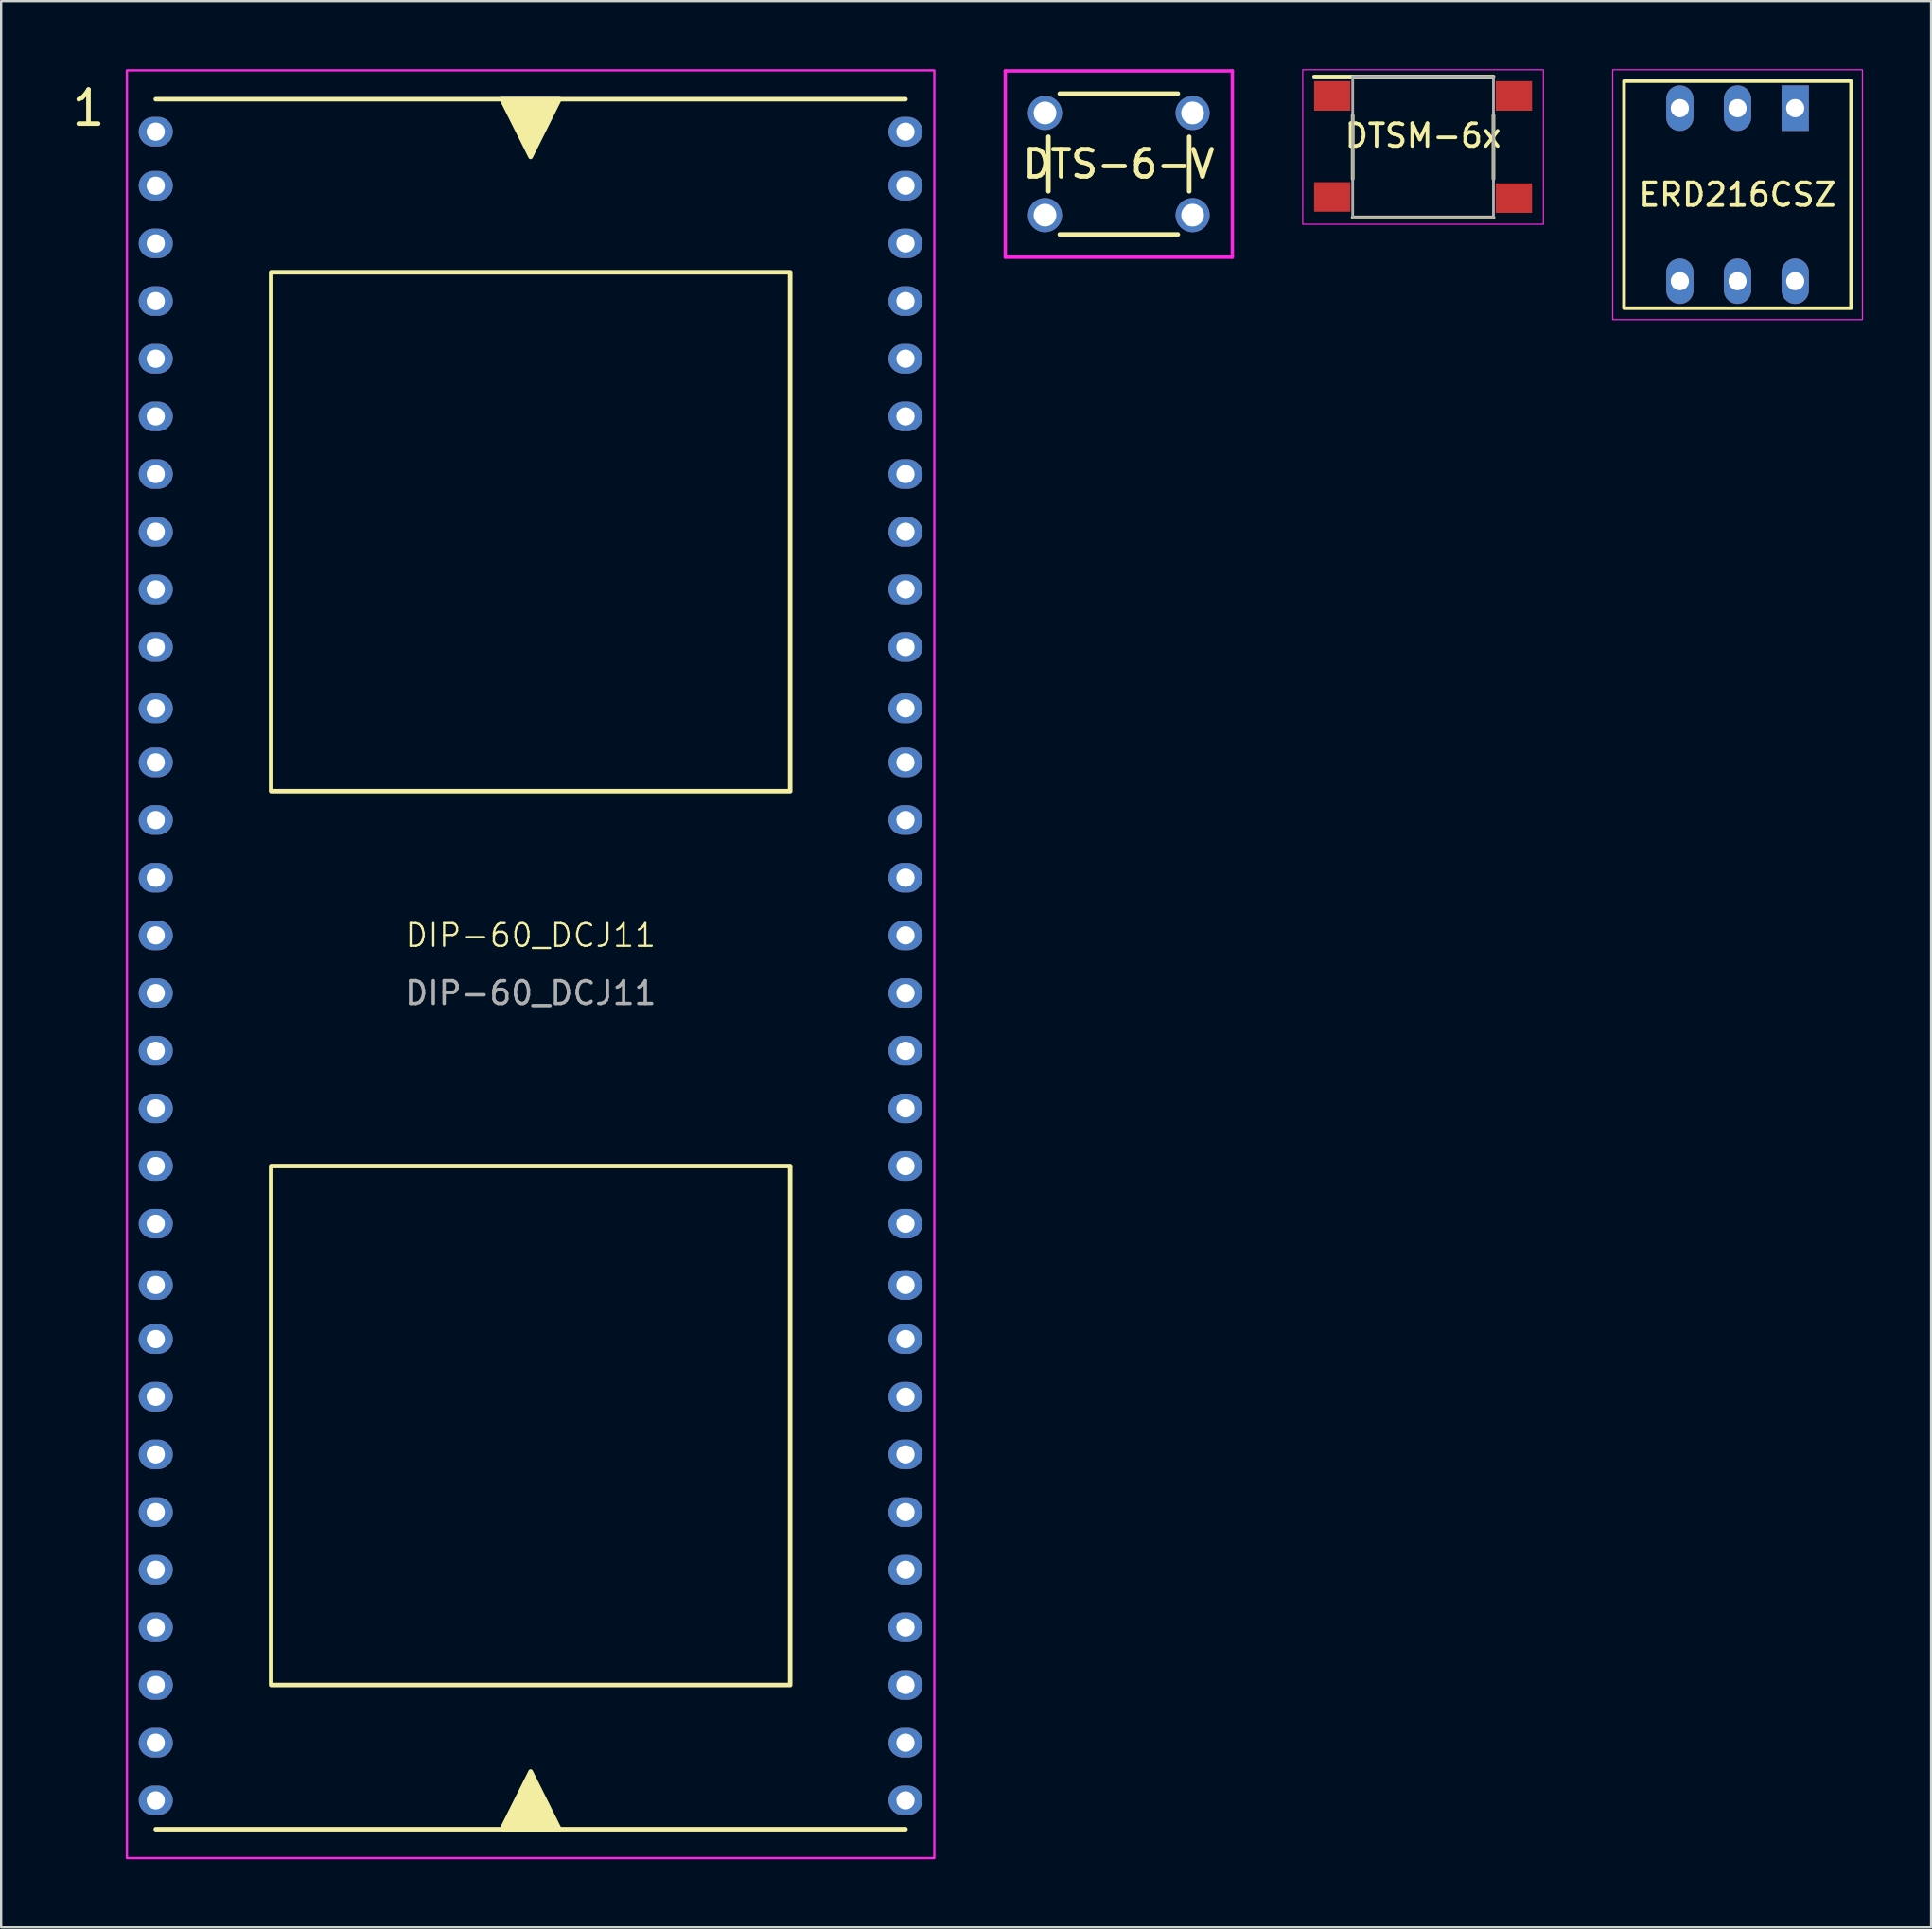
<source format=kicad_pcb>
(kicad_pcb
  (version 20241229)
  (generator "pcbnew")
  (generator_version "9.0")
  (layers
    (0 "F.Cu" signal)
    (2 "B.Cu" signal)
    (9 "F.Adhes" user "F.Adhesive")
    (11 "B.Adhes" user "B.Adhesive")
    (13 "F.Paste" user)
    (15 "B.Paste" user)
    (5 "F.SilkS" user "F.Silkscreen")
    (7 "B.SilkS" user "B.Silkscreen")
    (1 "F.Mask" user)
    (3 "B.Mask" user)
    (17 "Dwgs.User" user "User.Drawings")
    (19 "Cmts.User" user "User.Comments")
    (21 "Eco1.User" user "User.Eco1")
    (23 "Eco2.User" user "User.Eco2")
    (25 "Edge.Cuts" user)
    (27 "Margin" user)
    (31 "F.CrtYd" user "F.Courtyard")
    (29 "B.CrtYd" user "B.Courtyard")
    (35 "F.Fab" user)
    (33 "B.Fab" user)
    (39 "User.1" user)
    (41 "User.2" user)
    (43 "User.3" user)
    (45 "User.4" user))
  (footprint "DTS-6-V"
    (layer "F.Cu")
    (at 46.225 4.175)
    (property "Reference" "DTS-6-V" (at 0 0 0) (layer "F.SilkS") (effects (font (size 1.2 1.2) (thickness 0.2))))
    (attr through_hole)
    (fp_line (start -3.1 1.2) (end -3.1 -1.2) (stroke (width 0.2) (type solid)) (layer "F.SilkS"))
    (fp_line (start -2.6 -3.1) (end 2.6 -3.1) (stroke (width 0.2) (type solid)) (layer "F.SilkS"))
    (fp_line (start 2.6 3.1) (end -2.6 3.1) (stroke (width 0.2) (type solid)) (layer "F.SilkS"))
    (fp_line (start 3.1 -1.2) (end 3.1 1.2) (stroke (width 0.2) (type solid)) (layer "F.SilkS"))
    (fp_line (start -5 -4.1) (end 5 -4.1) (stroke (width 0.15) (type solid)) (layer "F.CrtYd"))
    (fp_line (start -5 4.1) (end -5 -4.1) (stroke (width 0.15) (type solid)) (layer "F.CrtYd"))
    (fp_line (start -5 4.1) (end 5 4.1) (stroke (width 0.15) (type solid)) (layer "F.CrtYd"))
    (fp_line (start 5 4.1) (end 5 -4.1) (stroke (width 0.15) (type solid)) (layer "F.CrtYd"))
    (pad "1" thru_hole circle (at -3.25 -2.25) (size 1.5 1.5) (drill 1) (layers "*.Cu" "*.Mask"))
    (pad "2" thru_hole circle (at 3.25 -2.25) (size 1.5 1.5) (drill 1) (layers "*.Cu" "*.Mask"))
    (pad "3" thru_hole circle (at -3.25 2.25) (size 1.5 1.5) (drill 1) (layers "*.Cu" "*.Mask"))
    (pad "4" thru_hole circle (at 3.25 2.25) (size 1.5 1.5) (drill 1) (layers "*.Cu" "*.Mask")))
  (footprint "ERD216CSZ"
    (layer "F.Cu")
    (at 73.475 5.525)
    (property "Reference" "ERD216CSZ" (at 0 0 0) (unlocked yes) (layer "F.SilkS") (effects (font (size 1 1) (thickness 0.16))))
    (attr through_hole)
    (fp_rect (start -5 -5) (end 5 5) (stroke (width 0.16) (type solid)) (fill no) (layer "F.SilkS"))
    (fp_rect (start -5.5 -5.5) (end 5.5 5.5) (stroke (width 0.05) (type default)) (fill no) (layer "F.CrtYd"))
    (pad "1" thru_hole rect (at 2.54 -3.81) (size 1.2 2) (drill 0.8) (layers "*.Cu" "*.Mask"))
    (pad "2" thru_hole oval (at 0 -3.81) (size 1.2 2) (drill 0.8) (layers "*.Cu" "*.Mask"))
    (pad "3" thru_hole oval (at -2.54 -3.81) (size 1.2 2) (drill 0.8) (layers "*.Cu" "*.Mask"))
    (pad "4" thru_hole oval (at -2.54 3.81) (size 1.2 2) (drill 0.8) (layers "*.Cu" "*.Mask"))
    (pad "5" thru_hole oval (at 0 3.81) (size 1.2 2) (drill 0.8) (layers "*.Cu" "*.Mask"))
    (pad "6" thru_hole oval (at 2.54 3.81) (size 1.2 2) (drill 0.8) (layers "*.Cu" "*.Mask")))
  (footprint "DIP-60_DCJ11"
    (layer "F.Cu")
    (at 20.32 38.15)
    (property "Reference" "DIP-60_DCJ11" (at 0 0 0) (unlocked yes) (layer "F.SilkS") (effects (font (size 1 1) (thickness 0.1))))
    (attr through_hole)
    (fp_rect (start -16.51 -36.83) (end 16.51 -36.83) (stroke (width 0.2) (type default)) (fill no) (layer "F.SilkS"))
    (fp_rect (start -16.51 39.37) (end 16.51 39.37) (stroke (width 0.2) (type default)) (fill no) (layer "F.SilkS"))
    (fp_rect (start -11.43 -29.21) (end 11.43 -6.35) (stroke (width 0.2) (type default)) (fill no) (layer "F.SilkS"))
    (fp_rect (start -11.43 10.16) (end 11.43 33.02) (stroke (width 0.2) (type default)) (fill no) (layer "F.SilkS"))
    (fp_poly (pts (xy -1.27 39.37) (xy 0 36.83) (xy 1.27 39.37)) (stroke (width 0.2) (type solid)) (fill yes) (layer "F.SilkS"))
    (fp_poly (pts (xy 1.27 -36.83) (xy 0 -34.29) (xy -1.27 -36.83)) (stroke (width 0.2) (type solid)) (fill yes) (layer "F.SilkS"))
    (fp_rect (start -17.78 -38.1) (end 17.78 40.64) (stroke (width 0.1) (type default)) (fill no) (layer "F.CrtYd"))
    (fp_text user "1" (at -20.32 -35.56 0) (unlocked yes) (layer "F.SilkS") (effects (font (size 1.5 1.5) (thickness 0.2)) (justify left bottom)))
    (fp_text user "${REFERENCE}" (at 0 2.54 0) (unlocked yes) (layer "F.Fab") (effects (font (size 1 1) (thickness 0.15))))
    (pad "1" thru_hole oval (at -16.51 -35.4) (size 1.5 1.3) (drill 0.8) (layers "*.Cu" "*.Mask"))
    (pad "2" thru_hole oval (at -16.51 -33.02) (size 1.5 1.3) (drill 0.8) (layers "*.Cu" "*.Mask"))
    (pad "3" thru_hole oval (at -16.51 -30.48) (size 1.5 1.3) (drill 0.8) (layers "*.Cu" "*.Mask"))
    (pad "4" thru_hole oval (at -16.51 -27.94) (size 1.5 1.3) (drill 0.8) (layers "*.Cu" "*.Mask"))
    (pad "5" thru_hole oval (at -16.51 -25.4) (size 1.5 1.3) (drill 0.8) (layers "*.Cu" "*.Mask"))
    (pad "6" thru_hole oval (at -16.51 -22.86) (size 1.5 1.3) (drill 0.8) (layers "*.Cu" "*.Mask"))
    (pad "7" thru_hole oval (at -16.51 -20.32) (size 1.5 1.3) (drill 0.8) (layers "*.Cu" "*.Mask"))
    (pad "8" thru_hole oval (at -16.51 -17.78) (size 1.5 1.3) (drill 0.8) (layers "*.Cu" "*.Mask"))
    (pad "9" thru_hole oval (at -16.51 -15.24) (size 1.5 1.3) (drill 0.8) (layers "*.Cu" "*.Mask"))
    (pad "10" thru_hole oval (at -16.51 -12.7) (size 1.5 1.3) (drill 0.8) (layers "*.Cu" "*.Mask"))
    (pad "11" thru_hole oval (at -16.51 -10) (size 1.5 1.3) (drill 0.8) (layers "*.Cu" "*.Mask"))
    (pad "12" thru_hole oval (at -16.51 -7.62) (size 1.5 1.3) (drill 0.8) (layers "*.Cu" "*.Mask"))
    (pad "13" thru_hole oval (at -16.51 -5.08) (size 1.5 1.3) (drill 0.8) (layers "*.Cu" "*.Mask"))
    (pad "14" thru_hole oval (at -16.51 -2.54) (size 1.5 1.3) (drill 0.8) (layers "*.Cu" "*.Mask"))
    (pad "15" thru_hole oval (at -16.51 0) (size 1.5 1.3) (drill 0.8) (layers "*.Cu" "*.Mask"))
    (pad "16" thru_hole oval (at -16.51 2.54) (size 1.5 1.3) (drill 0.8) (layers "*.Cu" "*.Mask"))
    (pad "17" thru_hole oval (at -16.51 5.08) (size 1.5 1.3) (drill 0.8) (layers "*.Cu" "*.Mask"))
    (pad "18" thru_hole oval (at -16.51 7.62) (size 1.5 1.3) (drill 0.8) (layers "*.Cu" "*.Mask"))
    (pad "19" thru_hole oval (at -16.51 10.16) (size 1.5 1.3) (drill 0.8) (layers "*.Cu" "*.Mask"))
    (pad "20" thru_hole oval (at -16.51 12.7) (size 1.5 1.3) (drill 0.8) (layers "*.Cu" "*.Mask"))
    (pad "21" thru_hole oval (at -16.51 15.4) (size 1.5 1.3) (drill 0.8) (layers "*.Cu" "*.Mask"))
    (pad "22" thru_hole oval (at -16.51 17.78) (size 1.5 1.3) (drill 0.8) (layers "*.Cu" "*.Mask"))
    (pad "23" thru_hole oval (at -16.51 20.32) (size 1.5 1.3) (drill 0.8) (layers "*.Cu" "*.Mask"))
    (pad "24" thru_hole oval (at -16.51 22.86) (size 1.5 1.3) (drill 0.8) (layers "*.Cu" "*.Mask"))
    (pad "25" thru_hole oval (at -16.51 25.4) (size 1.5 1.3) (drill 0.8) (layers "*.Cu" "*.Mask"))
    (pad "26" thru_hole oval (at -16.51 27.94) (size 1.5 1.3) (drill 0.8) (layers "*.Cu" "*.Mask"))
    (pad "27" thru_hole oval (at -16.51 30.48) (size 1.5 1.3) (drill 0.8) (layers "*.Cu" "*.Mask"))
    (pad "28" thru_hole oval (at -16.51 33.02) (size 1.5 1.3) (drill 0.8) (layers "*.Cu" "*.Mask"))
    (pad "29" thru_hole oval (at -16.51 35.56) (size 1.5 1.3) (drill 0.8) (layers "*.Cu" "*.Mask"))
    (pad "30" thru_hole oval (at -16.51 38.1) (size 1.5 1.3) (drill 0.8) (layers "*.Cu" "*.Mask"))
    (pad "31" thru_hole oval (at 16.51 38.1) (size 1.5 1.3) (drill 0.8) (layers "*.Cu" "*.Mask"))
    (pad "32" thru_hole oval (at 16.51 35.56) (size 1.5 1.3) (drill 0.8) (layers "*.Cu" "*.Mask"))
    (pad "33" thru_hole oval (at 16.51 33.02) (size 1.5 1.3) (drill 0.8) (layers "*.Cu" "*.Mask"))
    (pad "34" thru_hole oval (at 16.51 30.48) (size 1.5 1.3) (drill 0.8) (layers "*.Cu" "*.Mask"))
    (pad "35" thru_hole oval (at 16.51 27.94) (size 1.5 1.3) (drill 0.8) (layers "*.Cu" "*.Mask"))
    (pad "36" thru_hole oval (at 16.51 25.4) (size 1.5 1.3) (drill 0.8) (layers "*.Cu" "*.Mask"))
    (pad "37" thru_hole oval (at 16.51 22.86) (size 1.5 1.3) (drill 0.8) (layers "*.Cu" "*.Mask"))
    (pad "38" thru_hole oval (at 16.51 20.32) (size 1.5 1.3) (drill 0.8) (layers "*.Cu" "*.Mask"))
    (pad "39" thru_hole oval (at 16.51 17.78) (size 1.5 1.3) (drill 0.8) (layers "*.Cu" "*.Mask"))
    (pad "40" thru_hole oval (at 16.51 15.4) (size 1.5 1.3) (drill 0.8) (layers "*.Cu" "*.Mask"))
    (pad "41" thru_hole oval (at 16.51 12.7) (size 1.5 1.3) (drill 0.8) (layers "*.Cu" "*.Mask"))
    (pad "42" thru_hole oval (at 16.51 10.16) (size 1.5 1.3) (drill 0.8) (layers "*.Cu" "*.Mask"))
    (pad "43" thru_hole oval (at 16.51 7.62) (size 1.5 1.3) (drill 0.8) (layers "*.Cu" "*.Mask"))
    (pad "44" thru_hole oval (at 16.51 5.08) (size 1.5 1.3) (drill 0.8) (layers "*.Cu" "*.Mask"))
    (pad "45" thru_hole oval (at 16.51 2.54) (size 1.5 1.3) (drill 0.8) (layers "*.Cu" "*.Mask"))
    (pad "46" thru_hole oval (at 16.51 0) (size 1.5 1.3) (drill 0.8) (layers "*.Cu" "*.Mask"))
    (pad "47" thru_hole oval (at 16.51 -2.54) (size 1.5 1.3) (drill 0.8) (layers "*.Cu" "*.Mask"))
    (pad "48" thru_hole oval (at 16.51 -5.08) (size 1.5 1.3) (drill 0.8) (layers "*.Cu" "*.Mask"))
    (pad "49" thru_hole oval (at 16.51 -7.62) (size 1.5 1.3) (drill 0.8) (layers "*.Cu" "*.Mask"))
    (pad "50" thru_hole oval (at 16.51 -10) (size 1.5 1.3) (drill 0.8) (layers "*.Cu" "*.Mask"))
    (pad "51" thru_hole oval (at 16.51 -12.7) (size 1.5 1.3) (drill 0.8) (layers "*.Cu" "*.Mask"))
    (pad "52" thru_hole oval (at 16.51 -15.24) (size 1.5 1.3) (drill 0.8) (layers "*.Cu" "*.Mask"))
    (pad "53" thru_hole oval (at 16.51 -17.78) (size 1.5 1.3) (drill 0.8) (layers "*.Cu" "*.Mask"))
    (pad "54" thru_hole oval (at 16.51 -20.32) (size 1.5 1.3) (drill 0.8) (layers "*.Cu" "*.Mask"))
    (pad "55" thru_hole oval (at 16.51 -22.86) (size 1.5 1.3) (drill 0.8) (layers "*.Cu" "*.Mask"))
    (pad "56" thru_hole oval (at 16.51 -25.4) (size 1.5 1.3) (drill 0.8) (layers "*.Cu" "*.Mask"))
    (pad "57" thru_hole oval (at 16.51 -27.94) (size 1.5 1.3) (drill 0.8) (layers "*.Cu" "*.Mask"))
    (pad "58" thru_hole oval (at 16.51 -30.48) (size 1.5 1.3) (drill 0.8) (layers "*.Cu" "*.Mask"))
    (pad "59" thru_hole oval (at 16.51 -33.02) (size 1.5 1.3) (drill 0.8) (layers "*.Cu" "*.Mask"))
    (pad "60" thru_hole oval (at 16.51 -35.4) (size 1.5 1.3) (drill 0.8) (layers "*.Cu" "*.Mask")))
  (footprint "DTSM-6x"
    (layer "F.Cu")
    (at 59.625 3.425)
    (property "Reference" "DTSM-6x" (at 0 -0.5 0) (unlocked yes) (layer "F.SilkS") (effects (font (size 1 1) (thickness 0.16))))
    (attr smd)
    (fp_line (start -3.1 -3.1) (end -4.8 -3.1) (stroke (width 0.16) (type default)) (layer "F.SilkS"))
    (fp_line (start -3.1 -3.1) (end 3.1 -3.1) (stroke (width 0.16) (type default)) (layer "F.SilkS"))
    (fp_line (start -3.1 -1.4) (end -3.1 1.4) (stroke (width 0.16) (type default)) (layer "F.SilkS"))
    (fp_line (start -3.1 3.1) (end 3.1 3.1) (stroke (width 0.16) (type default)) (layer "F.SilkS"))
    (fp_line (start 3.1 -1.4) (end 3.1 1.4) (stroke (width 0.16) (type default)) (layer "F.SilkS"))
    (fp_rect (start -5.3 -3.4) (end 5.3 3.4) (stroke (width 0.05) (type default)) (fill no) (layer "F.CrtYd"))
    (fp_rect (start -3.1 -3.1) (end 3.1 3.1) (stroke (width 0.12) (type default)) (fill no) (layer "F.Fab"))
    (pad "1" smd rect (at -4 -2.25) (size 1.6 1.3) (layers "F.Cu" "F.Mask" "F.Paste"))
    (pad "2" smd rect (at 4 -2.25) (size 1.6 1.3) (layers "F.Cu" "F.Mask" "F.Paste"))
    (pad "3" smd rect (at -4 2.2) (size 1.6 1.3) (layers "F.Cu" "F.Mask" "F.Paste"))
    (pad "4" smd rect (at 4 2.25) (size 1.6 1.3) (layers "F.Cu" "F.Mask" "F.Paste")))
  (gr_rect
    (start -3 -3)
    (end 82 81.84)
    (stroke (width 0.1) (type default))
    (fill no)
    (layer "Edge.Cuts")))
</source>
